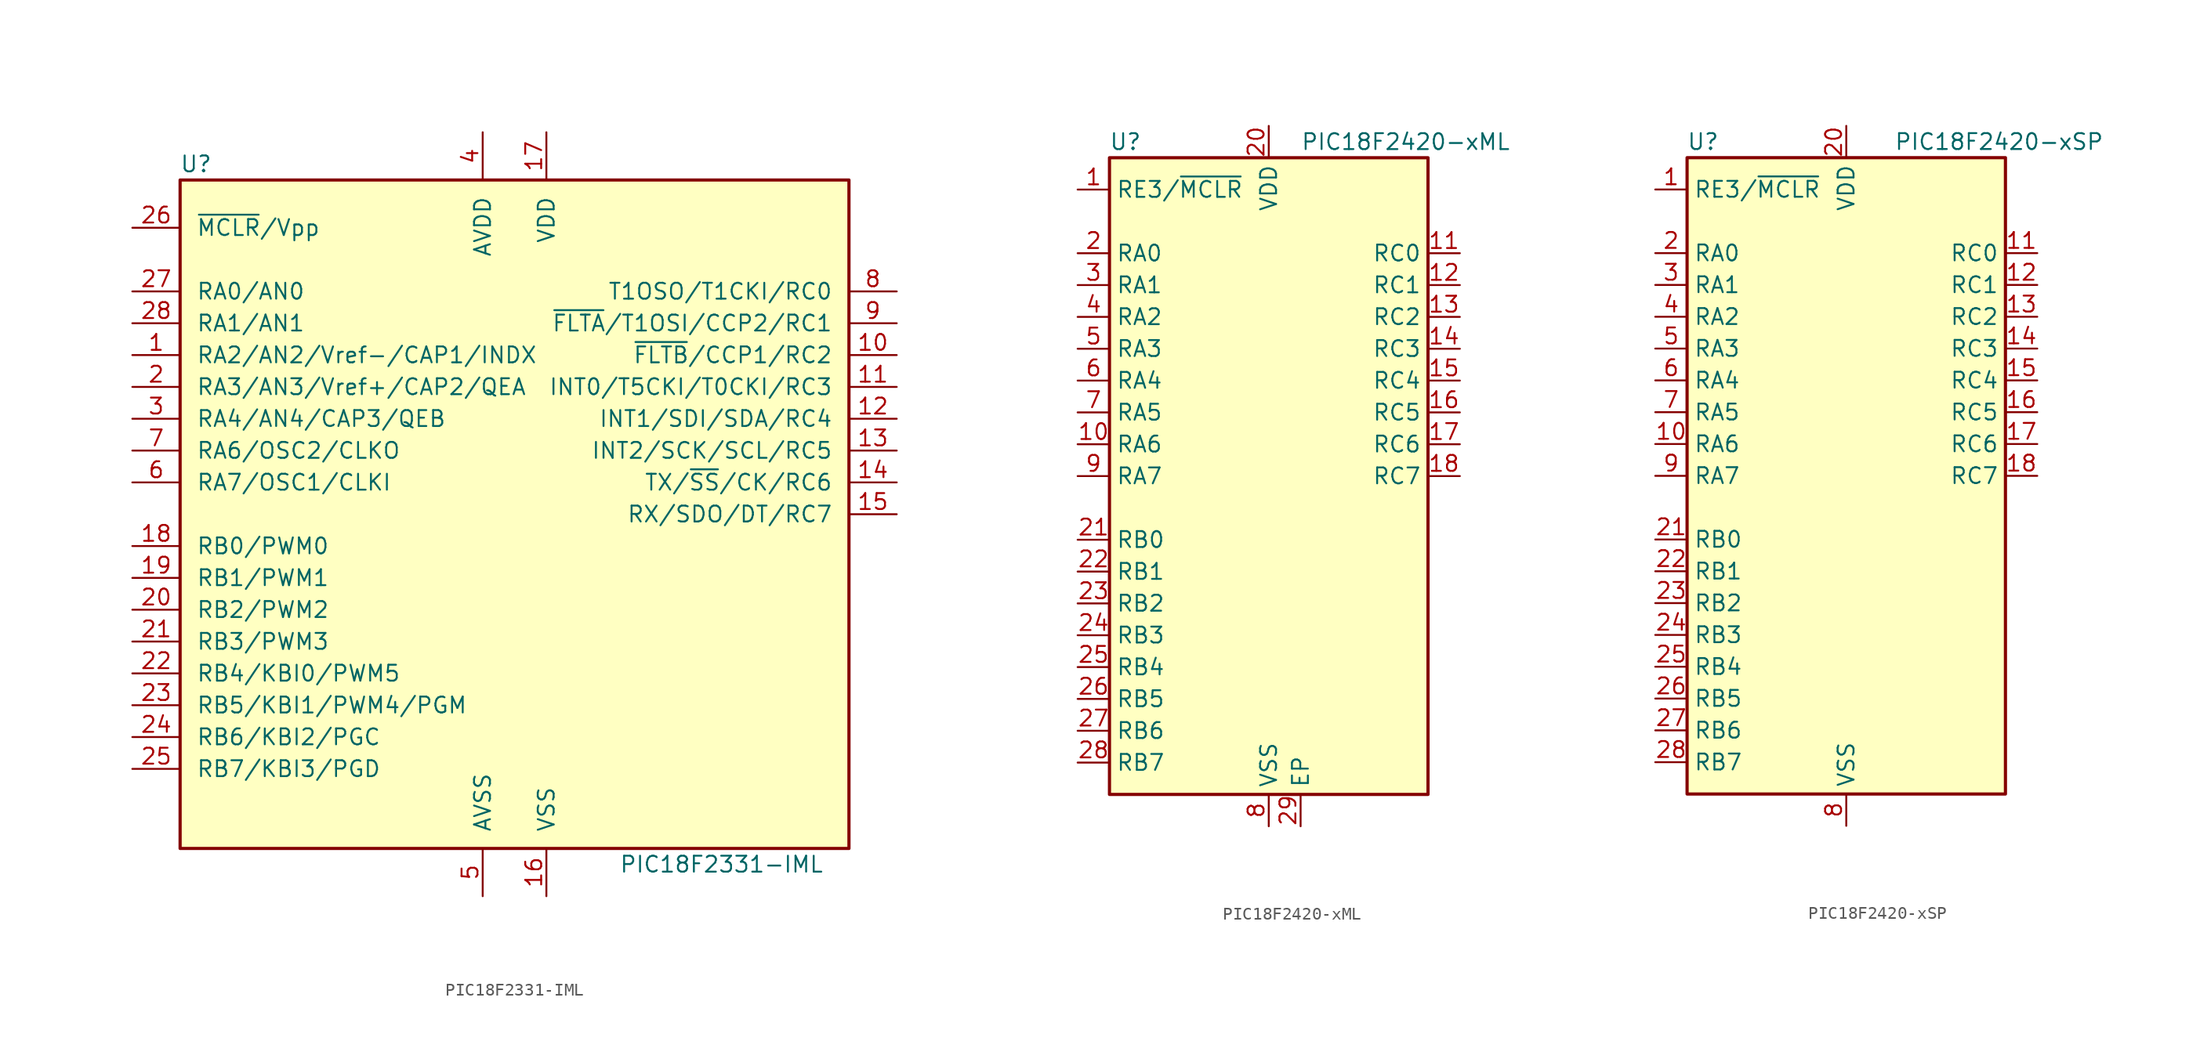
<source format=kicad_sym>
(kicad_symbol_lib
  (version 20231120)
  (generator "kicad_symbol_editor")
  (generator_version "8.0")
  (symbol "PIC18F2331-IML"
    (pin_names
      (offset 1.27))
    (property "Reference" "U"
      (at -25.4 27.94 0)
      (effects (font (size 1.27 1.27))))
    (property "Value" "PIC18F2331-IML"
      (at 16.51 -27.94 0)
      (effects (font (size 1.27 1.27))))
    (symbol "PIC18F2331-IML_0_1"
      (rectangle (start -26.67 26.67) (end 26.67 -26.67) (stroke (width 0.254) (type default)) (fill (type background))))
    (symbol "PIC18F2331-IML_1_1"
      (pin bidirectional line (at -30.48 12.7 0) (length 3.81) (name "RA2/AN2/Vref-/CAP1/INDX" (effects (font (size 1.27 1.27)))) (number "1" (effects (font (size 1.27 1.27)))))
      (pin bidirectional line (at 30.48 12.7 180) (length 3.81) (name "~{FLTB}/CCP1/RC2" (effects (font (size 1.27 1.27)))) (number "10" (effects (font (size 1.27 1.27)))))
      (pin bidirectional line (at 30.48 10.16 180) (length 3.81) (name "INT0/T5CKI/T0CKI/RC3" (effects (font (size 1.27 1.27)))) (number "11" (effects (font (size 1.27 1.27)))))
      (pin bidirectional line (at 30.48 7.62 180) (length 3.81) (name "INT1/SDI/SDA/RC4" (effects (font (size 1.27 1.27)))) (number "12" (effects (font (size 1.27 1.27)))))
      (pin bidirectional line (at 30.48 5.08 180) (length 3.81) (name "INT2/SCK/SCL/RC5" (effects (font (size 1.27 1.27)))) (number "13" (effects (font (size 1.27 1.27)))))
      (pin bidirectional line (at 30.48 2.54 180) (length 3.81) (name "TX/~{SS}/CK/RC6" (effects (font (size 1.27 1.27)))) (number "14" (effects (font (size 1.27 1.27)))))
      (pin bidirectional line (at 30.48 0 180) (length 3.81) (name "RX/SDO/DT/RC7" (effects (font (size 1.27 1.27)))) (number "15" (effects (font (size 1.27 1.27)))))
      (pin power_in line (at 2.54 -30.48 90) (length 3.81) (name "VSS" (effects (font (size 1.27 1.27)))) (number "16" (effects (font (size 1.27 1.27)))))
      (pin power_in line (at 2.54 30.48 270) (length 3.81) (name "VDD" (effects (font (size 1.27 1.27)))) (number "17" (effects (font (size 1.27 1.27)))))
      (pin bidirectional line (at -30.48 -2.54 0) (length 3.81) (name "RB0/PWM0" (effects (font (size 1.27 1.27)))) (number "18" (effects (font (size 1.27 1.27)))))
      (pin bidirectional line (at -30.48 -5.08 0) (length 3.81) (name "RB1/PWM1" (effects (font (size 1.27 1.27)))) (number "19" (effects (font (size 1.27 1.27)))))
      (pin bidirectional line (at -30.48 10.16 0) (length 3.81) (name "RA3/AN3/Vref+/CAP2/QEA" (effects (font (size 1.27 1.27)))) (number "2" (effects (font (size 1.27 1.27)))))
      (pin bidirectional line (at -30.48 -7.62 0) (length 3.81) (name "RB2/PWM2" (effects (font (size 1.27 1.27)))) (number "20" (effects (font (size 1.27 1.27)))))
      (pin bidirectional line (at -30.48 -10.16 0) (length 3.81) (name "RB3/PWM3" (effects (font (size 1.27 1.27)))) (number "21" (effects (font (size 1.27 1.27)))))
      (pin bidirectional line (at -30.48 -12.7 0) (length 3.81) (name "RB4/KBI0/PWM5" (effects (font (size 1.27 1.27)))) (number "22" (effects (font (size 1.27 1.27)))))
      (pin bidirectional line (at -30.48 -15.24 0) (length 3.81) (name "RB5/KBI1/PWM4/PGM" (effects (font (size 1.27 1.27)))) (number "23" (effects (font (size 1.27 1.27)))))
      (pin bidirectional line (at -30.48 -17.78 0) (length 3.81) (name "RB6/KBI2/PGC" (effects (font (size 1.27 1.27)))) (number "24" (effects (font (size 1.27 1.27)))))
      (pin bidirectional line (at -30.48 -20.32 0) (length 3.81) (name "RB7/KBI3/PGD" (effects (font (size 1.27 1.27)))) (number "25" (effects (font (size 1.27 1.27)))))
      (pin input line (at -30.48 22.86 0) (length 3.81) (name "~{MCLR}/Vpp" (effects (font (size 1.27 1.27)))) (number "26" (effects (font (size 1.27 1.27)))))
      (pin bidirectional line (at -30.48 17.78 0) (length 3.81) (name "RA0/AN0" (effects (font (size 1.27 1.27)))) (number "27" (effects (font (size 1.27 1.27)))))
      (pin bidirectional line (at -30.48 15.24 0) (length 3.81) (name "RA1/AN1" (effects (font (size 1.27 1.27)))) (number "28" (effects (font (size 1.27 1.27)))))
      (pin bidirectional line (at -30.48 7.62 0) (length 3.81) (name "RA4/AN4/CAP3/QEB" (effects (font (size 1.27 1.27)))) (number "3" (effects (font (size 1.27 1.27)))))
      (pin power_in line (at -2.54 30.48 270) (length 3.81) (name "AVDD" (effects (font (size 1.27 1.27)))) (number "4" (effects (font (size 1.27 1.27)))))
      (pin power_in line (at -2.54 -30.48 90) (length 3.81) (name "AVSS" (effects (font (size 1.27 1.27)))) (number "5" (effects (font (size 1.27 1.27)))))
      (pin bidirectional line (at -30.48 2.54 0) (length 3.81) (name "RA7/OSC1/CLKI" (effects (font (size 1.27 1.27)))) (number "6" (effects (font (size 1.27 1.27)))))
      (pin bidirectional line (at -30.48 5.08 0) (length 3.81) (name "RA6/OSC2/CLKO" (effects (font (size 1.27 1.27)))) (number "7" (effects (font (size 1.27 1.27)))))
      (pin bidirectional line (at 30.48 17.78 180) (length 3.81) (name "T1OSO/T1CKI/RC0" (effects (font (size 1.27 1.27)))) (number "8" (effects (font (size 1.27 1.27)))))
      (pin bidirectional line (at 30.48 15.24 180) (length 3.81) (name "~{FLTA}/T1OSI/CCP2/RC1" (effects (font (size 1.27 1.27)))) (number "9" (effects (font (size 1.27 1.27)))))))
  (symbol "PIC18F2420-xML"
    (property "Reference" "U"
      (at -11.43 26.67 0)
      (effects (font (size 1.27 1.27))))
    (property "Value" "PIC18F2420-xML"
      (at 2.54 26.67 0)
      (effects (font (size 1.27 1.27)) (justify left)))
    (symbol "PIC18F2420-xML_0_1"
      (rectangle (start -12.7 25.4) (end 12.7 -25.4) (stroke (width 0.254) (type default)) (fill (type background))))
    (symbol "PIC18F2420-xML_1_1"
      (pin input line (at -15.24 22.86 0) (length 2.54) (name "RE3/~{MCLR}" (effects (font (size 1.27 1.27)))) (number "1" (effects (font (size 1.27 1.27)))))
      (pin bidirectional line (at -15.24 2.54 0) (length 2.54) (name "RA6" (effects (font (size 1.27 1.27)))) (number "10" (effects (font (size 1.27 1.27)))))
      (pin bidirectional line (at 15.24 17.78 180) (length 2.54) (name "RC0" (effects (font (size 1.27 1.27)))) (number "11" (effects (font (size 1.27 1.27)))))
      (pin bidirectional line (at 15.24 15.24 180) (length 2.54) (name "RC1" (effects (font (size 1.27 1.27)))) (number "12" (effects (font (size 1.27 1.27)))))
      (pin bidirectional line (at 15.24 12.7 180) (length 2.54) (name "RC2" (effects (font (size 1.27 1.27)))) (number "13" (effects (font (size 1.27 1.27)))))
      (pin bidirectional line (at 15.24 10.16 180) (length 2.54) (name "RC3" (effects (font (size 1.27 1.27)))) (number "14" (effects (font (size 1.27 1.27)))))
      (pin bidirectional line (at 15.24 7.62 180) (length 2.54) (name "RC4" (effects (font (size 1.27 1.27)))) (number "15" (effects (font (size 1.27 1.27)))))
      (pin bidirectional line (at 15.24 5.08 180) (length 2.54) (name "RC5" (effects (font (size 1.27 1.27)))) (number "16" (effects (font (size 1.27 1.27)))))
      (pin bidirectional line (at 15.24 2.54 180) (length 2.54) (name "RC6" (effects (font (size 1.27 1.27)))) (number "17" (effects (font (size 1.27 1.27)))))
      (pin bidirectional line (at 15.24 0 180) (length 2.54) (name "RC7" (effects (font (size 1.27 1.27)))) (number "18" (effects (font (size 1.27 1.27)))))
      (pin passive line (at 0 -27.94 90) (length 2.54) hide (name "VSS" (effects (font (size 1.27 1.27)))) (number "19" (effects (font (size 1.27 1.27)))))
      (pin bidirectional line (at -15.24 17.78 0) (length 2.54) (name "RA0" (effects (font (size 1.27 1.27)))) (number "2" (effects (font (size 1.27 1.27)))))
      (pin power_in line (at 0 27.94 270) (length 2.54) (name "VDD" (effects (font (size 1.27 1.27)))) (number "20" (effects (font (size 1.27 1.27)))))
      (pin bidirectional line (at -15.24 -5.08 0) (length 2.54) (name "RB0" (effects (font (size 1.27 1.27)))) (number "21" (effects (font (size 1.27 1.27)))))
      (pin bidirectional line (at -15.24 -7.62 0) (length 2.54) (name "RB1" (effects (font (size 1.27 1.27)))) (number "22" (effects (font (size 1.27 1.27)))))
      (pin bidirectional line (at -15.24 -10.16 0) (length 2.54) (name "RB2" (effects (font (size 1.27 1.27)))) (number "23" (effects (font (size 1.27 1.27)))))
      (pin bidirectional line (at -15.24 -12.7 0) (length 2.54) (name "RB3" (effects (font (size 1.27 1.27)))) (number "24" (effects (font (size 1.27 1.27)))))
      (pin bidirectional line (at -15.24 -15.24 0) (length 2.54) (name "RB4" (effects (font (size 1.27 1.27)))) (number "25" (effects (font (size 1.27 1.27)))))
      (pin bidirectional line (at -15.24 -17.78 0) (length 2.54) (name "RB5" (effects (font (size 1.27 1.27)))) (number "26" (effects (font (size 1.27 1.27)))))
      (pin bidirectional line (at -15.24 -20.32 0) (length 2.54) (name "RB6" (effects (font (size 1.27 1.27)))) (number "27" (effects (font (size 1.27 1.27)))))
      (pin bidirectional line (at -15.24 -22.86 0) (length 2.54) (name "RB7" (effects (font (size 1.27 1.27)))) (number "28" (effects (font (size 1.27 1.27)))))
      (pin passive line (at 2.54 -27.94 90) (length 2.54) (name "EP" (effects (font (size 1.27 1.27)))) (number "29" (effects (font (size 1.27 1.27)))))
      (pin bidirectional line (at -15.24 15.24 0) (length 2.54) (name "RA1" (effects (font (size 1.27 1.27)))) (number "3" (effects (font (size 1.27 1.27)))))
      (pin bidirectional line (at -15.24 12.7 0) (length 2.54) (name "RA2" (effects (font (size 1.27 1.27)))) (number "4" (effects (font (size 1.27 1.27)))))
      (pin bidirectional line (at -15.24 10.16 0) (length 2.54) (name "RA3" (effects (font (size 1.27 1.27)))) (number "5" (effects (font (size 1.27 1.27)))))
      (pin bidirectional line (at -15.24 7.62 0) (length 2.54) (name "RA4" (effects (font (size 1.27 1.27)))) (number "6" (effects (font (size 1.27 1.27)))))
      (pin bidirectional line (at -15.24 5.08 0) (length 2.54) (name "RA5" (effects (font (size 1.27 1.27)))) (number "7" (effects (font (size 1.27 1.27)))))
      (pin power_in line (at 0 -27.94 90) (length 2.54) (name "VSS" (effects (font (size 1.27 1.27)))) (number "8" (effects (font (size 1.27 1.27)))))
      (pin bidirectional line (at -15.24 0 0) (length 2.54) (name "RA7" (effects (font (size 1.27 1.27)))) (number "9" (effects (font (size 1.27 1.27)))))))
  (symbol "PIC18F2420-xSP"
    (property "Reference" "U"
      (at -11.43 26.67 0)
      (effects (font (size 1.27 1.27))))
    (property "Value" "PIC18F2420-xSP"
      (at 3.81 26.67 0)
      (effects (font (size 1.27 1.27)) (justify left)))
    (symbol "PIC18F2420-xSP_0_1"
      (rectangle (start -12.7 25.4) (end 12.7 -25.4) (stroke (width 0.254) (type default)) (fill (type background))))
    (symbol "PIC18F2420-xSP_1_1"
      (pin input line (at -15.24 22.86 0) (length 2.54) (name "RE3/~{MCLR}" (effects (font (size 1.27 1.27)))) (number "1" (effects (font (size 1.27 1.27)))))
      (pin bidirectional line (at -15.24 2.54 0) (length 2.54) (name "RA6" (effects (font (size 1.27 1.27)))) (number "10" (effects (font (size 1.27 1.27)))))
      (pin bidirectional line (at 15.24 17.78 180) (length 2.54) (name "RC0" (effects (font (size 1.27 1.27)))) (number "11" (effects (font (size 1.27 1.27)))))
      (pin bidirectional line (at 15.24 15.24 180) (length 2.54) (name "RC1" (effects (font (size 1.27 1.27)))) (number "12" (effects (font (size 1.27 1.27)))))
      (pin bidirectional line (at 15.24 12.7 180) (length 2.54) (name "RC2" (effects (font (size 1.27 1.27)))) (number "13" (effects (font (size 1.27 1.27)))))
      (pin bidirectional line (at 15.24 10.16 180) (length 2.54) (name "RC3" (effects (font (size 1.27 1.27)))) (number "14" (effects (font (size 1.27 1.27)))))
      (pin bidirectional line (at 15.24 7.62 180) (length 2.54) (name "RC4" (effects (font (size 1.27 1.27)))) (number "15" (effects (font (size 1.27 1.27)))))
      (pin bidirectional line (at 15.24 5.08 180) (length 2.54) (name "RC5" (effects (font (size 1.27 1.27)))) (number "16" (effects (font (size 1.27 1.27)))))
      (pin bidirectional line (at 15.24 2.54 180) (length 2.54) (name "RC6" (effects (font (size 1.27 1.27)))) (number "17" (effects (font (size 1.27 1.27)))))
      (pin bidirectional line (at 15.24 0 180) (length 2.54) (name "RC7" (effects (font (size 1.27 1.27)))) (number "18" (effects (font (size 1.27 1.27)))))
      (pin passive line (at 0 -27.94 90) (length 2.54) hide (name "VSS" (effects (font (size 1.27 1.27)))) (number "19" (effects (font (size 1.27 1.27)))))
      (pin bidirectional line (at -15.24 17.78 0) (length 2.54) (name "RA0" (effects (font (size 1.27 1.27)))) (number "2" (effects (font (size 1.27 1.27)))))
      (pin power_in line (at 0 27.94 270) (length 2.54) (name "VDD" (effects (font (size 1.27 1.27)))) (number "20" (effects (font (size 1.27 1.27)))))
      (pin bidirectional line (at -15.24 -5.08 0) (length 2.54) (name "RB0" (effects (font (size 1.27 1.27)))) (number "21" (effects (font (size 1.27 1.27)))))
      (pin bidirectional line (at -15.24 -7.62 0) (length 2.54) (name "RB1" (effects (font (size 1.27 1.27)))) (number "22" (effects (font (size 1.27 1.27)))))
      (pin bidirectional line (at -15.24 -10.16 0) (length 2.54) (name "RB2" (effects (font (size 1.27 1.27)))) (number "23" (effects (font (size 1.27 1.27)))))
      (pin bidirectional line (at -15.24 -12.7 0) (length 2.54) (name "RB3" (effects (font (size 1.27 1.27)))) (number "24" (effects (font (size 1.27 1.27)))))
      (pin bidirectional line (at -15.24 -15.24 0) (length 2.54) (name "RB4" (effects (font (size 1.27 1.27)))) (number "25" (effects (font (size 1.27 1.27)))))
      (pin bidirectional line (at -15.24 -17.78 0) (length 2.54) (name "RB5" (effects (font (size 1.27 1.27)))) (number "26" (effects (font (size 1.27 1.27)))))
      (pin bidirectional line (at -15.24 -20.32 0) (length 2.54) (name "RB6" (effects (font (size 1.27 1.27)))) (number "27" (effects (font (size 1.27 1.27)))))
      (pin bidirectional line (at -15.24 -22.86 0) (length 2.54) (name "RB7" (effects (font (size 1.27 1.27)))) (number "28" (effects (font (size 1.27 1.27)))))
      (pin bidirectional line (at -15.24 15.24 0) (length 2.54) (name "RA1" (effects (font (size 1.27 1.27)))) (number "3" (effects (font (size 1.27 1.27)))))
      (pin bidirectional line (at -15.24 12.7 0) (length 2.54) (name "RA2" (effects (font (size 1.27 1.27)))) (number "4" (effects (font (size 1.27 1.27)))))
      (pin bidirectional line (at -15.24 10.16 0) (length 2.54) (name "RA3" (effects (font (size 1.27 1.27)))) (number "5" (effects (font (size 1.27 1.27)))))
      (pin bidirectional line (at -15.24 7.62 0) (length 2.54) (name "RA4" (effects (font (size 1.27 1.27)))) (number "6" (effects (font (size 1.27 1.27)))))
      (pin bidirectional line (at -15.24 5.08 0) (length 2.54) (name "RA5" (effects (font (size 1.27 1.27)))) (number "7" (effects (font (size 1.27 1.27)))))
      (pin power_in line (at 0 -27.94 90) (length 2.54) (name "VSS" (effects (font (size 1.27 1.27)))) (number "8" (effects (font (size 1.27 1.27)))))
      (pin bidirectional line (at -15.24 0 0) (length 2.54) (name "RA7" (effects (font (size 1.27 1.27)))) (number "9" (effects (font (size 1.27 1.27))))))))
</source>
